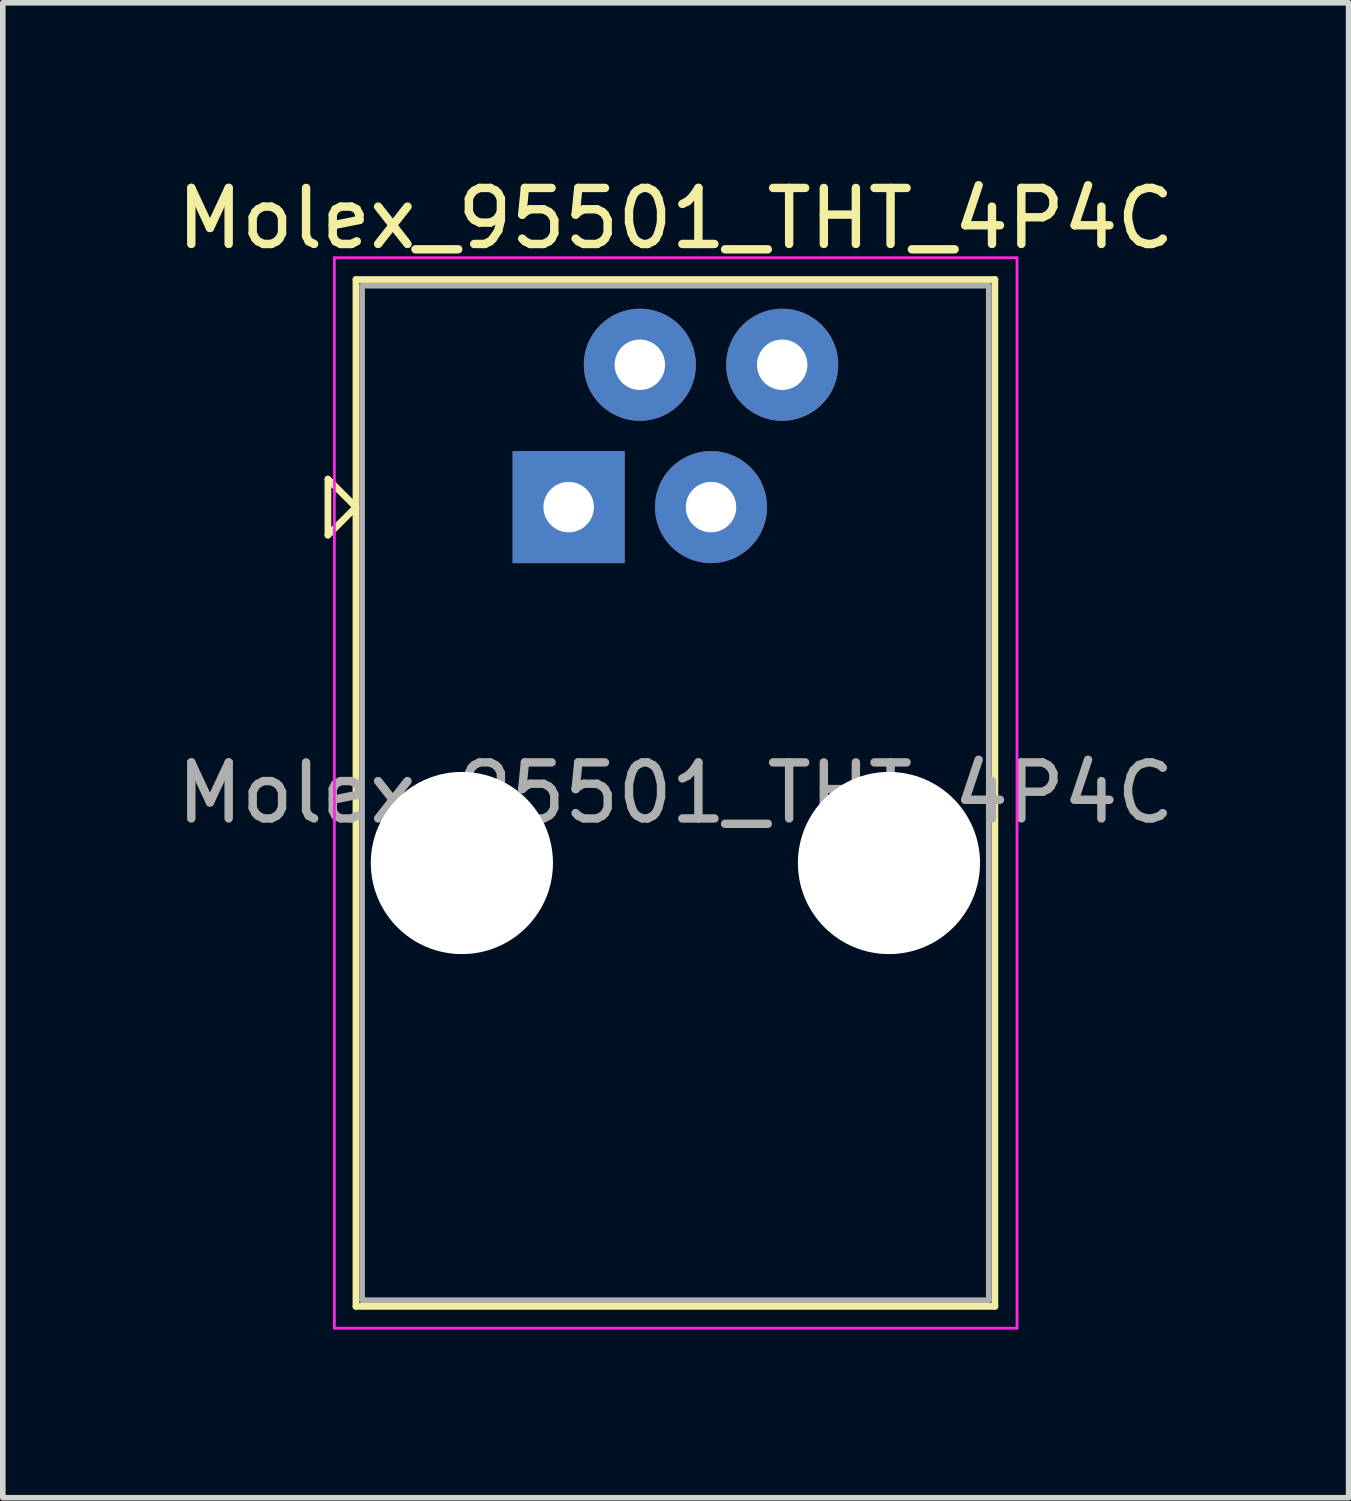
<source format=kicad_pcb>
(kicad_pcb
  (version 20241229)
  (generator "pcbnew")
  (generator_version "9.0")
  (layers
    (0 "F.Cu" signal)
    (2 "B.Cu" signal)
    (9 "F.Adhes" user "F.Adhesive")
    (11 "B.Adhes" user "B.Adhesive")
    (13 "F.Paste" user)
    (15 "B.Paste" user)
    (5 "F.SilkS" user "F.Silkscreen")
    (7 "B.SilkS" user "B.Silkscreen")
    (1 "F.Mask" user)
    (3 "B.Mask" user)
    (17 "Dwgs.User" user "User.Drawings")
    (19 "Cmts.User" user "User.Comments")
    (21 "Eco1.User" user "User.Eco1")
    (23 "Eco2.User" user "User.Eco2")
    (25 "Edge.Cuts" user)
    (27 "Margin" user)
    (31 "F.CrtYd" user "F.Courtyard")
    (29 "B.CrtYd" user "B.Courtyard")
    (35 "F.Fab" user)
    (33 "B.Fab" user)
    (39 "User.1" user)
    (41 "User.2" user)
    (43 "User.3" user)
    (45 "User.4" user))
  (footprint "Molex_95501_THT_4P4C"
    (layer "F.Cu")
    (at 7.096 5.998)
    (property "Reference" "Molex_95501_THT_4P4C" (at 1.91 -5.15 0) (layer "F.SilkS") (effects (font (size 1 1) (thickness 0.15))))
    (attr through_hole)
    (fp_line (start -4.295 -0.5) (end -4.295 0.5) (stroke (width 0.12) (type solid)) (layer "F.SilkS"))
    (fp_line (start -4.295 0.5) (end -3.795 0) (stroke (width 0.12) (type solid)) (layer "F.SilkS"))
    (fp_line (start -3.795 -4.06) (end -3.795 14.26) (stroke (width 0.12) (type solid)) (layer "F.SilkS"))
    (fp_line (start -3.795 0) (end -4.295 -0.5) (stroke (width 0.12) (type solid)) (layer "F.SilkS"))
    (fp_line (start -3.795 14.26) (end 7.605 14.26) (stroke (width 0.12) (type solid)) (layer "F.SilkS"))
    (fp_line (start 7.605 -4.06) (end -3.795 -4.06) (stroke (width 0.12) (type solid)) (layer "F.SilkS"))
    (fp_line (start 7.605 14.26) (end 7.605 -4.06) (stroke (width 0.12) (type solid)) (layer "F.SilkS"))
    (fp_line (start -4.18 -4.45) (end -4.18 14.65) (stroke (width 0.05) (type solid)) (layer "F.CrtYd"))
    (fp_line (start -4.18 14.65) (end 8 14.65) (stroke (width 0.05) (type solid)) (layer "F.CrtYd"))
    (fp_line (start 8 -4.45) (end -4.18 -4.45) (stroke (width 0.05) (type solid)) (layer "F.CrtYd"))
    (fp_line (start 8 14.65) (end 8 -4.45) (stroke (width 0.05) (type solid)) (layer "F.CrtYd"))
    (fp_line (start -3.685 -3.95) (end -3.685 14.15) (stroke (width 0.1) (type solid)) (layer "F.Fab"))
    (fp_line (start -3.685 14.15) (end 7.495 14.15) (stroke (width 0.1) (type solid)) (layer "F.Fab"))
    (fp_line (start 7.495 -3.95) (end -3.685 -3.95) (stroke (width 0.1) (type solid)) (layer "F.Fab"))
    (fp_line (start 7.495 14.15) (end 7.495 -3.95) (stroke (width 0.1) (type solid)) (layer "F.Fab"))
    (fp_text user "${REFERENCE}" (at 1.91 5.1 0) (layer "F.Fab") (effects (font (size 1 1) (thickness 0.15))))
    (pad "" np_thru_hole circle (at -1.905 6.35) (size 3.25 3.25) (drill 3.25) (layers "*.Cu" "*.Mask"))
    (pad "" np_thru_hole circle (at 5.715 6.35) (size 3.25 3.25) (drill 3.25) (layers "*.Cu" "*.Mask"))
    (pad "1" thru_hole rect (at 0 0) (size 2 2) (drill 0.9) (layers "*.Cu" "*.Mask"))
    (pad "2" thru_hole circle (at 1.27 -2.54) (size 2 2) (drill 0.9) (layers "*.Cu" "*.Mask"))
    (pad "3" thru_hole circle (at 2.54 0) (size 2 2) (drill 0.9) (layers "*.Cu" "*.Mask"))
    (pad "4" thru_hole circle (at 3.81 -2.54) (size 2 2) (drill 0.9) (layers "*.Cu" "*.Mask")))
  (gr_rect
    (start -3 -3)
    (end 21.012 23.673)
    (stroke (width 0.1) (type default))
    (fill no)
    (layer "Edge.Cuts")))
</source>
